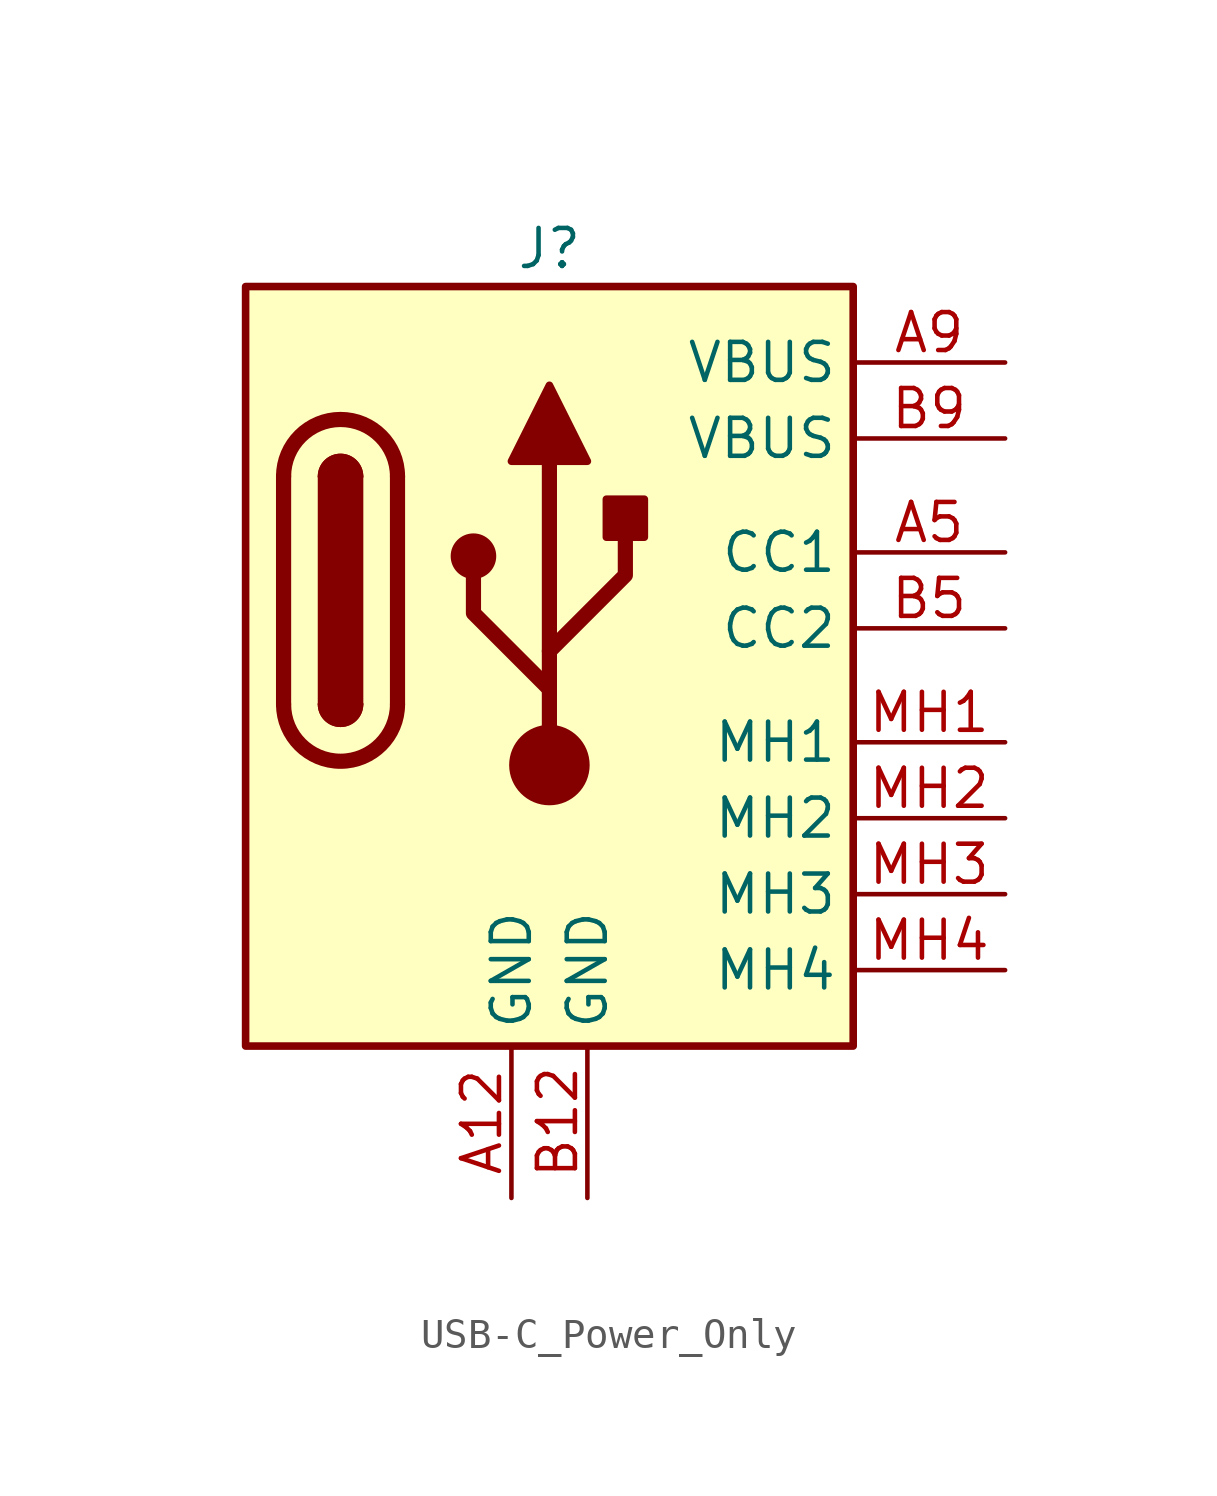
<source format=kicad_sym>
(kicad_symbol_lib
  (version 20220914)
  (generator kicad_symbol_editor)
  (symbol "USB-C_Power_Only"
    (property "Reference" "J"
      (at 0 13.97 0)
      (effects (font (size 1.27 1.27))))
    (property "Value" ""
      (at -11.43 1.27 0)
      (effects (font (size 1.27 1.27))))
    (symbol "USB-C_Power_Only_0_1"
      (rectangle (start -10.16 12.7) (end 10.16 -12.7) (stroke (width 0.254) (type default)) (fill (type background)))
      (arc (start -8.89 -1.27) (mid -6.985 -3.1667) (end -5.08 -1.27) (stroke (width 0.508) (type default)) (fill (type none)))
      (arc (start -7.62 -1.27) (mid -6.985 -1.9023) (end -6.35 -1.27) (stroke (width 0.254) (type default)) (fill (type none)))
      (arc (start -7.62 -1.27) (mid -6.985 -1.9023) (end -6.35 -1.27) (stroke (width 0.254) (type default)) (fill (type outline)))
      (rectangle (start -7.62 -1.27) (end -6.35 6.35) (stroke (width 0.254) (type default)) (fill (type outline)))
      (arc (start -6.35 6.35) (mid -6.985 6.9823) (end -7.62 6.35) (stroke (width 0.254) (type default)) (fill (type none)))
      (arc (start -6.35 6.35) (mid -6.985 6.9823) (end -7.62 6.35) (stroke (width 0.254) (type default)) (fill (type outline)))
      (arc (start -5.08 6.35) (mid -6.985 8.2467) (end -8.89 6.35) (stroke (width 0.508) (type default)) (fill (type none)))
      (circle (center -2.54 3.683) (radius 0.635) (stroke (width 0.254) (type default)) (fill (type outline)))
      (circle (center 0 -3.302) (radius 1.27) (stroke (width 0) (type default)) (fill (type outline)))
      (polyline (pts (xy -8.89 -1.27) (xy -8.89 6.35)) (stroke (width 0.508) (type default)) (fill (type none)))
      (polyline (pts (xy -5.08 6.35) (xy -5.08 -1.27)) (stroke (width 0.508) (type default)) (fill (type none)))
      (polyline (pts (xy 0 -3.302) (xy 0 6.858)) (stroke (width 0.508) (type default)) (fill (type none)))
      (polyline (pts (xy 0 -0.762) (xy -2.54 1.778) (xy -2.54 3.048)) (stroke (width 0.508) (type default)) (fill (type none)))
      (polyline (pts (xy 0 0.508) (xy 2.54 3.048) (xy 2.54 4.318)) (stroke (width 0.508) (type default)) (fill (type none)))
      (polyline (pts (xy -1.27 6.858) (xy 0 9.398) (xy 1.27 6.858) (xy -1.27 6.858)) (stroke (width 0.254) (type default)) (fill (type outline)))
      (rectangle (start 1.905 4.318) (end 3.175 5.588) (stroke (width 0.254) (type default)) (fill (type outline))))
    (symbol "USB-C_Power_Only_1_1"
      (pin passive line (at -1.27 -17.78 90) (length 5.08) (name "GND" (effects (font (size 1.27 1.27)))) (number "A12" (effects (font (size 1.27 1.27)))))
      (pin bidirectional line (at 15.24 3.81 180) (length 5.08) (name "CC1" (effects (font (size 1.27 1.27)))) (number "A5" (effects (font (size 1.27 1.27)))))
      (pin passive line (at 15.24 10.16 180) (length 5.08) (name "VBUS" (effects (font (size 1.27 1.27)))) (number "A9" (effects (font (size 1.27 1.27)))))
      (pin passive line (at 1.27 -17.78 90) (length 5.08) (name "GND" (effects (font (size 1.27 1.27)))) (number "B12" (effects (font (size 1.27 1.27)))))
      (pin bidirectional line (at 15.24 1.27 180) (length 5.08) (name "CC2" (effects (font (size 1.27 1.27)))) (number "B5" (effects (font (size 1.27 1.27)))))
      (pin passive line (at 15.24 7.62 180) (length 5.08) (name "VBUS" (effects (font (size 1.27 1.27)))) (number "B9" (effects (font (size 1.27 1.27)))))
      (pin passive line (at 15.24 -2.54 180) (length 5.08) (name "MH1" (effects (font (size 1.27 1.27)))) (number "MH1" (effects (font (size 1.27 1.27)))))
      (pin passive line (at 15.24 -5.08 180) (length 5.08) (name "MH2" (effects (font (size 1.27 1.27)))) (number "MH2" (effects (font (size 1.27 1.27)))))
      (pin passive line (at 15.24 -7.62 180) (length 5.08) (name "MH3" (effects (font (size 1.27 1.27)))) (number "MH3" (effects (font (size 1.27 1.27)))))
      (pin passive line (at 15.24 -10.16 180) (length 5.08) (name "MH4" (effects (font (size 1.27 1.27)))) (number "MH4" (effects (font (size 1.27 1.27))))))))
</source>
